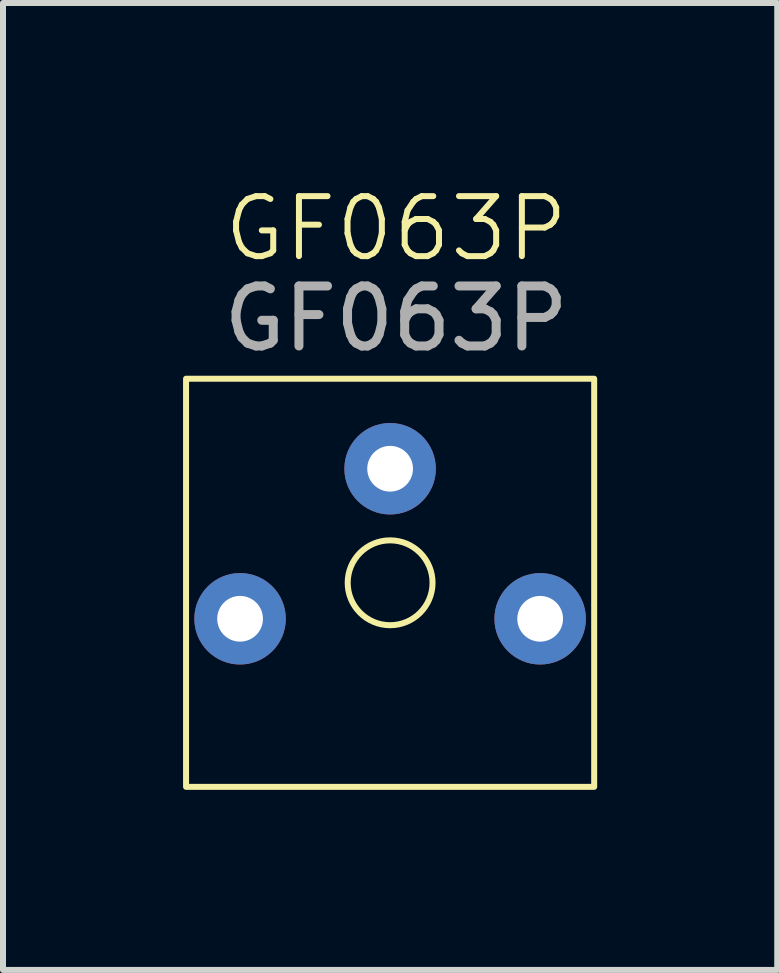
<source format=kicad_pcb>
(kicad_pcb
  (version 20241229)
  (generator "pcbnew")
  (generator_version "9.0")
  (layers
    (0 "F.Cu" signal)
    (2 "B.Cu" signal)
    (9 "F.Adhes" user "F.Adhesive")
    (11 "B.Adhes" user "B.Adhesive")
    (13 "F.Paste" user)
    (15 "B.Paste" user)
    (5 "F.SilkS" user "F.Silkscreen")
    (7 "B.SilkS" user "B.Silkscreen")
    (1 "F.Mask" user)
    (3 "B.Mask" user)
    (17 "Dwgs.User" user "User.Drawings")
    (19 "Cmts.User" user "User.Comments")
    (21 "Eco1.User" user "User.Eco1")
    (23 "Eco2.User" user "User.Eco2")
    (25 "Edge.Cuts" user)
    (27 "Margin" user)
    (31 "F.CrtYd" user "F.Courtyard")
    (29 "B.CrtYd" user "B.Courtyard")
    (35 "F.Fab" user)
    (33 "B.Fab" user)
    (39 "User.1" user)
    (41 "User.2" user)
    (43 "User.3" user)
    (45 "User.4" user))
  (footprint "GF063P"
    (layer "F.Cu")
    (at 3.45 6.66)
    (property "Reference" "GF063P" (at 0.1 -5.9 0) (unlocked yes) (layer "F.SilkS") (effects (font (size 1 1) (thickness 0.1))))
    (attr through_hole)
    (fp_rect (start -3.4 -3.4) (end 3.4 3.4) (stroke (width 0.1) (type default)) (fill no) (layer "F.SilkS"))
    (fp_circle (center 0 0) (end 0.707 0) (stroke (width 0.1) (type default)) (fill no) (layer "F.SilkS"))
    (fp_text user "${REFERENCE}" (at 0.1 -4.4 0) (unlocked yes) (layer "F.Fab") (effects (font (size 1 1) (thickness 0.15))))
    (pad "1" thru_hole circle (at 2.5 0.6) (size 1.524 1.524) (drill 0.762) (layers "*.Cu" "*.Mask"))
    (pad "2" thru_hole circle (at 0 -1.9) (size 1.524 1.524) (drill 0.762) (layers "*.Cu" "*.Mask"))
    (pad "3" thru_hole circle (at -2.5 0.6) (size 1.524 1.524) (drill 0.762) (layers "*.Cu" "*.Mask")))
  (gr_rect
    (start -3 -3)
    (end 9.9 13.111)
    (stroke (width 0.1) (type default))
    (fill no)
    (layer "Edge.Cuts")))
</source>
